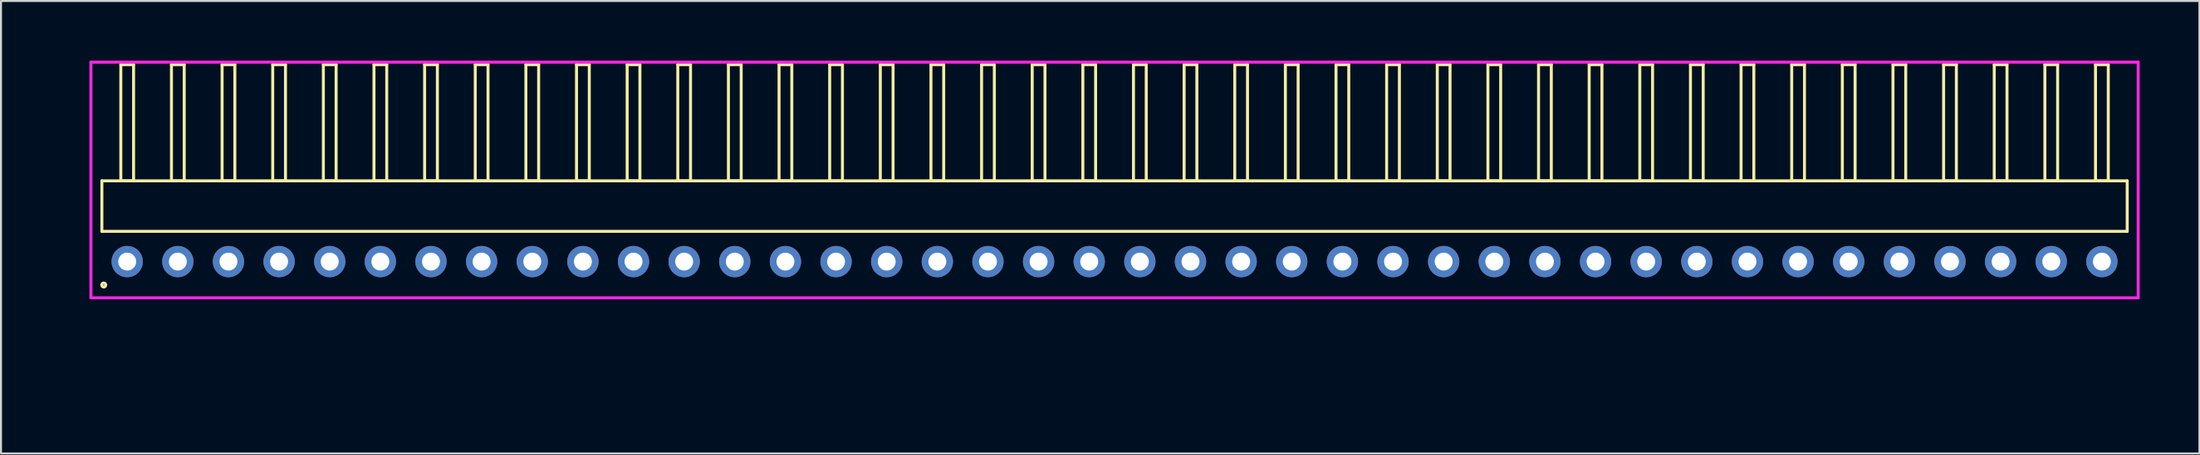
<source format=kicad_pcb>
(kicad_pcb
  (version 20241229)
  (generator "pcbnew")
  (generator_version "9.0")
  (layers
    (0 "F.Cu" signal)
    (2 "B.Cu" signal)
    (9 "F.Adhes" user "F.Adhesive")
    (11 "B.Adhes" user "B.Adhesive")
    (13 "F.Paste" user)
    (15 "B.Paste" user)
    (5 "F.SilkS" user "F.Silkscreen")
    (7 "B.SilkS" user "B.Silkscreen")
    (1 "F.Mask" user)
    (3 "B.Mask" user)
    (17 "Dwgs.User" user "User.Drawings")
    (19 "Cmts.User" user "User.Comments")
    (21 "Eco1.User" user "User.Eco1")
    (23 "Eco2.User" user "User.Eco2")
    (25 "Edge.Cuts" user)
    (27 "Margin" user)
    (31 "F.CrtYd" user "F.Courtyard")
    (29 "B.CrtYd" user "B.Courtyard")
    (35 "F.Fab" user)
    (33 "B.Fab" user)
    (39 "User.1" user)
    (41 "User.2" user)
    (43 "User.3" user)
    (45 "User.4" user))
  (footprint "HDR_RA254P40x1"
    (layer "F.Cu")
    (at 52.861 10.1)
    (property "Reference" "HDR_RA254P40x1" (at -52.1 0 90) (layer "User.1") (effects (font (size 1 1) (thickness 0.1))))
    (attr through_hole)
    (fp_line (start -50.8 -4.06) (end -50.8 -1.52) (stroke (width 0.15) (type solid)) (layer "F.SilkS"))
    (fp_line (start -50.8 -1.52) (end 50.8 -1.52) (stroke (width 0.15) (type solid)) (layer "F.SilkS"))
    (fp_line (start -49.85 -9.9) (end -49.85 -4.06) (stroke (width 0.15) (type solid)) (layer "F.SilkS"))
    (fp_line (start -49.85 -4.06) (end -49.21 -4.06) (stroke (width 0.15) (type solid)) (layer "F.SilkS"))
    (fp_line (start -49.21 -9.9) (end -49.85 -9.9) (stroke (width 0.15) (type solid)) (layer "F.SilkS"))
    (fp_line (start -49.21 -4.06) (end -49.21 -9.9) (stroke (width 0.15) (type solid)) (layer "F.SilkS"))
    (fp_line (start -47.31 -9.9) (end -47.31 -4.06) (stroke (width 0.15) (type solid)) (layer "F.SilkS"))
    (fp_line (start -47.31 -4.06) (end -46.67 -4.06) (stroke (width 0.15) (type solid)) (layer "F.SilkS"))
    (fp_line (start -46.67 -9.9) (end -47.31 -9.9) (stroke (width 0.15) (type solid)) (layer "F.SilkS"))
    (fp_line (start -46.67 -4.06) (end -46.67 -9.9) (stroke (width 0.15) (type solid)) (layer "F.SilkS"))
    (fp_line (start -44.77 -9.9) (end -44.77 -4.06) (stroke (width 0.15) (type solid)) (layer "F.SilkS"))
    (fp_line (start -44.77 -4.06) (end -44.13 -4.06) (stroke (width 0.15) (type solid)) (layer "F.SilkS"))
    (fp_line (start -44.13 -9.9) (end -44.77 -9.9) (stroke (width 0.15) (type solid)) (layer "F.SilkS"))
    (fp_line (start -44.13 -4.06) (end -44.13 -9.9) (stroke (width 0.15) (type solid)) (layer "F.SilkS"))
    (fp_line (start -42.23 -9.9) (end -42.23 -4.06) (stroke (width 0.15) (type solid)) (layer "F.SilkS"))
    (fp_line (start -42.23 -4.06) (end -41.59 -4.06) (stroke (width 0.15) (type solid)) (layer "F.SilkS"))
    (fp_line (start -41.59 -9.9) (end -42.23 -9.9) (stroke (width 0.15) (type solid)) (layer "F.SilkS"))
    (fp_line (start -41.59 -4.06) (end -41.59 -9.9) (stroke (width 0.15) (type solid)) (layer "F.SilkS"))
    (fp_line (start -39.69 -9.9) (end -39.69 -4.06) (stroke (width 0.15) (type solid)) (layer "F.SilkS"))
    (fp_line (start -39.69 -4.06) (end -39.05 -4.06) (stroke (width 0.15) (type solid)) (layer "F.SilkS"))
    (fp_line (start -39.05 -9.9) (end -39.69 -9.9) (stroke (width 0.15) (type solid)) (layer "F.SilkS"))
    (fp_line (start -39.05 -4.06) (end -39.05 -9.9) (stroke (width 0.15) (type solid)) (layer "F.SilkS"))
    (fp_line (start -37.15 -9.9) (end -37.15 -4.06) (stroke (width 0.15) (type solid)) (layer "F.SilkS"))
    (fp_line (start -37.15 -4.06) (end -36.51 -4.06) (stroke (width 0.15) (type solid)) (layer "F.SilkS"))
    (fp_line (start -36.51 -9.9) (end -37.15 -9.9) (stroke (width 0.15) (type solid)) (layer "F.SilkS"))
    (fp_line (start -36.51 -4.06) (end -36.51 -9.9) (stroke (width 0.15) (type solid)) (layer "F.SilkS"))
    (fp_line (start -34.61 -9.9) (end -34.61 -4.06) (stroke (width 0.15) (type solid)) (layer "F.SilkS"))
    (fp_line (start -34.61 -4.06) (end -33.97 -4.06) (stroke (width 0.15) (type solid)) (layer "F.SilkS"))
    (fp_line (start -33.97 -9.9) (end -34.61 -9.9) (stroke (width 0.15) (type solid)) (layer "F.SilkS"))
    (fp_line (start -33.97 -4.06) (end -33.97 -9.9) (stroke (width 0.15) (type solid)) (layer "F.SilkS"))
    (fp_line (start -32.07 -9.9) (end -32.07 -4.06) (stroke (width 0.15) (type solid)) (layer "F.SilkS"))
    (fp_line (start -32.07 -4.06) (end -31.43 -4.06) (stroke (width 0.15) (type solid)) (layer "F.SilkS"))
    (fp_line (start -31.43 -9.9) (end -32.07 -9.9) (stroke (width 0.15) (type solid)) (layer "F.SilkS"))
    (fp_line (start -31.43 -4.06) (end -31.43 -9.9) (stroke (width 0.15) (type solid)) (layer "F.SilkS"))
    (fp_line (start -29.53 -9.9) (end -29.53 -4.06) (stroke (width 0.15) (type solid)) (layer "F.SilkS"))
    (fp_line (start -29.53 -4.06) (end -28.89 -4.06) (stroke (width 0.15) (type solid)) (layer "F.SilkS"))
    (fp_line (start -28.89 -9.9) (end -29.53 -9.9) (stroke (width 0.15) (type solid)) (layer "F.SilkS"))
    (fp_line (start -28.89 -4.06) (end -28.89 -9.9) (stroke (width 0.15) (type solid)) (layer "F.SilkS"))
    (fp_line (start -26.99 -9.9) (end -26.99 -4.06) (stroke (width 0.15) (type solid)) (layer "F.SilkS"))
    (fp_line (start -26.99 -4.06) (end -26.35 -4.06) (stroke (width 0.15) (type solid)) (layer "F.SilkS"))
    (fp_line (start -26.35 -9.9) (end -26.99 -9.9) (stroke (width 0.15) (type solid)) (layer "F.SilkS"))
    (fp_line (start -26.35 -4.06) (end -26.35 -9.9) (stroke (width 0.15) (type solid)) (layer "F.SilkS"))
    (fp_line (start -24.45 -9.9) (end -24.45 -4.06) (stroke (width 0.15) (type solid)) (layer "F.SilkS"))
    (fp_line (start -24.45 -4.06) (end -23.81 -4.06) (stroke (width 0.15) (type solid)) (layer "F.SilkS"))
    (fp_line (start -23.81 -9.9) (end -24.45 -9.9) (stroke (width 0.15) (type solid)) (layer "F.SilkS"))
    (fp_line (start -23.81 -4.06) (end -23.81 -9.9) (stroke (width 0.15) (type solid)) (layer "F.SilkS"))
    (fp_line (start -21.91 -9.9) (end -21.91 -4.06) (stroke (width 0.15) (type solid)) (layer "F.SilkS"))
    (fp_line (start -21.91 -4.06) (end -21.27 -4.06) (stroke (width 0.15) (type solid)) (layer "F.SilkS"))
    (fp_line (start -21.27 -9.9) (end -21.91 -9.9) (stroke (width 0.15) (type solid)) (layer "F.SilkS"))
    (fp_line (start -21.27 -4.06) (end -21.27 -9.9) (stroke (width 0.15) (type solid)) (layer "F.SilkS"))
    (fp_line (start -19.37 -9.9) (end -19.37 -4.06) (stroke (width 0.15) (type solid)) (layer "F.SilkS"))
    (fp_line (start -19.37 -4.06) (end -18.73 -4.06) (stroke (width 0.15) (type solid)) (layer "F.SilkS"))
    (fp_line (start -18.73 -9.9) (end -19.37 -9.9) (stroke (width 0.15) (type solid)) (layer "F.SilkS"))
    (fp_line (start -18.73 -4.06) (end -18.73 -9.9) (stroke (width 0.15) (type solid)) (layer "F.SilkS"))
    (fp_line (start -16.83 -9.9) (end -16.83 -4.06) (stroke (width 0.15) (type solid)) (layer "F.SilkS"))
    (fp_line (start -16.83 -4.06) (end -16.19 -4.06) (stroke (width 0.15) (type solid)) (layer "F.SilkS"))
    (fp_line (start -16.19 -9.9) (end -16.83 -9.9) (stroke (width 0.15) (type solid)) (layer "F.SilkS"))
    (fp_line (start -16.19 -4.06) (end -16.19 -9.9) (stroke (width 0.15) (type solid)) (layer "F.SilkS"))
    (fp_line (start -14.29 -9.9) (end -14.29 -4.06) (stroke (width 0.15) (type solid)) (layer "F.SilkS"))
    (fp_line (start -14.29 -4.06) (end -13.65 -4.06) (stroke (width 0.15) (type solid)) (layer "F.SilkS"))
    (fp_line (start -13.65 -9.9) (end -14.29 -9.9) (stroke (width 0.15) (type solid)) (layer "F.SilkS"))
    (fp_line (start -13.65 -4.06) (end -13.65 -9.9) (stroke (width 0.15) (type solid)) (layer "F.SilkS"))
    (fp_line (start -11.75 -9.9) (end -11.75 -4.06) (stroke (width 0.15) (type solid)) (layer "F.SilkS"))
    (fp_line (start -11.75 -4.06) (end -11.11 -4.06) (stroke (width 0.15) (type solid)) (layer "F.SilkS"))
    (fp_line (start -11.11 -9.9) (end -11.75 -9.9) (stroke (width 0.15) (type solid)) (layer "F.SilkS"))
    (fp_line (start -11.11 -4.06) (end -11.11 -9.9) (stroke (width 0.15) (type solid)) (layer "F.SilkS"))
    (fp_line (start -9.21 -9.9) (end -9.21 -4.06) (stroke (width 0.15) (type solid)) (layer "F.SilkS"))
    (fp_line (start -9.21 -4.06) (end -8.57 -4.06) (stroke (width 0.15) (type solid)) (layer "F.SilkS"))
    (fp_line (start -8.57 -9.9) (end -9.21 -9.9) (stroke (width 0.15) (type solid)) (layer "F.SilkS"))
    (fp_line (start -8.57 -4.06) (end -8.57 -9.9) (stroke (width 0.15) (type solid)) (layer "F.SilkS"))
    (fp_line (start -6.67 -9.9) (end -6.67 -4.06) (stroke (width 0.15) (type solid)) (layer "F.SilkS"))
    (fp_line (start -6.67 -4.06) (end -6.03 -4.06) (stroke (width 0.15) (type solid)) (layer "F.SilkS"))
    (fp_line (start -6.03 -9.9) (end -6.67 -9.9) (stroke (width 0.15) (type solid)) (layer "F.SilkS"))
    (fp_line (start -6.03 -4.06) (end -6.03 -9.9) (stroke (width 0.15) (type solid)) (layer "F.SilkS"))
    (fp_line (start -4.13 -9.9) (end -4.13 -4.06) (stroke (width 0.15) (type solid)) (layer "F.SilkS"))
    (fp_line (start -4.13 -4.06) (end -3.49 -4.06) (stroke (width 0.15) (type solid)) (layer "F.SilkS"))
    (fp_line (start -3.49 -9.9) (end -4.13 -9.9) (stroke (width 0.15) (type solid)) (layer "F.SilkS"))
    (fp_line (start -3.49 -4.06) (end -3.49 -9.9) (stroke (width 0.15) (type solid)) (layer "F.SilkS"))
    (fp_line (start -1.59 -9.9) (end -1.59 -4.06) (stroke (width 0.15) (type solid)) (layer "F.SilkS"))
    (fp_line (start -1.59 -4.06) (end -0.95 -4.06) (stroke (width 0.15) (type solid)) (layer "F.SilkS"))
    (fp_line (start -0.95 -9.9) (end -1.59 -9.9) (stroke (width 0.15) (type solid)) (layer "F.SilkS"))
    (fp_line (start -0.95 -4.06) (end -0.95 -9.9) (stroke (width 0.15) (type solid)) (layer "F.SilkS"))
    (fp_line (start 0.95 -9.9) (end 0.95 -4.06) (stroke (width 0.15) (type solid)) (layer "F.SilkS"))
    (fp_line (start 0.95 -4.06) (end 1.59 -4.06) (stroke (width 0.15) (type solid)) (layer "F.SilkS"))
    (fp_line (start 1.59 -9.9) (end 0.95 -9.9) (stroke (width 0.15) (type solid)) (layer "F.SilkS"))
    (fp_line (start 1.59 -4.06) (end 1.59 -9.9) (stroke (width 0.15) (type solid)) (layer "F.SilkS"))
    (fp_line (start 3.49 -9.9) (end 3.49 -4.06) (stroke (width 0.15) (type solid)) (layer "F.SilkS"))
    (fp_line (start 3.49 -4.06) (end 4.13 -4.06) (stroke (width 0.15) (type solid)) (layer "F.SilkS"))
    (fp_line (start 4.13 -9.9) (end 3.49 -9.9) (stroke (width 0.15) (type solid)) (layer "F.SilkS"))
    (fp_line (start 4.13 -4.06) (end 4.13 -9.9) (stroke (width 0.15) (type solid)) (layer "F.SilkS"))
    (fp_line (start 6.03 -9.9) (end 6.03 -4.06) (stroke (width 0.15) (type solid)) (layer "F.SilkS"))
    (fp_line (start 6.03 -4.06) (end 6.67 -4.06) (stroke (width 0.15) (type solid)) (layer "F.SilkS"))
    (fp_line (start 6.67 -9.9) (end 6.03 -9.9) (stroke (width 0.15) (type solid)) (layer "F.SilkS"))
    (fp_line (start 6.67 -4.06) (end 6.67 -9.9) (stroke (width 0.15) (type solid)) (layer "F.SilkS"))
    (fp_line (start 8.57 -9.9) (end 8.57 -4.06) (stroke (width 0.15) (type solid)) (layer "F.SilkS"))
    (fp_line (start 8.57 -4.06) (end 9.21 -4.06) (stroke (width 0.15) (type solid)) (layer "F.SilkS"))
    (fp_line (start 9.21 -9.9) (end 8.57 -9.9) (stroke (width 0.15) (type solid)) (layer "F.SilkS"))
    (fp_line (start 9.21 -4.06) (end 9.21 -9.9) (stroke (width 0.15) (type solid)) (layer "F.SilkS"))
    (fp_line (start 11.11 -9.9) (end 11.11 -4.06) (stroke (width 0.15) (type solid)) (layer "F.SilkS"))
    (fp_line (start 11.11 -4.06) (end 11.75 -4.06) (stroke (width 0.15) (type solid)) (layer "F.SilkS"))
    (fp_line (start 11.75 -9.9) (end 11.11 -9.9) (stroke (width 0.15) (type solid)) (layer "F.SilkS"))
    (fp_line (start 11.75 -4.06) (end 11.75 -9.9) (stroke (width 0.15) (type solid)) (layer "F.SilkS"))
    (fp_line (start 13.65 -9.9) (end 13.65 -4.06) (stroke (width 0.15) (type solid)) (layer "F.SilkS"))
    (fp_line (start 13.65 -4.06) (end 14.29 -4.06) (stroke (width 0.15) (type solid)) (layer "F.SilkS"))
    (fp_line (start 14.29 -9.9) (end 13.65 -9.9) (stroke (width 0.15) (type solid)) (layer "F.SilkS"))
    (fp_line (start 14.29 -4.06) (end 14.29 -9.9) (stroke (width 0.15) (type solid)) (layer "F.SilkS"))
    (fp_line (start 16.19 -9.9) (end 16.19 -4.06) (stroke (width 0.15) (type solid)) (layer "F.SilkS"))
    (fp_line (start 16.19 -4.06) (end 16.83 -4.06) (stroke (width 0.15) (type solid)) (layer "F.SilkS"))
    (fp_line (start 16.83 -9.9) (end 16.19 -9.9) (stroke (width 0.15) (type solid)) (layer "F.SilkS"))
    (fp_line (start 16.83 -4.06) (end 16.83 -9.9) (stroke (width 0.15) (type solid)) (layer "F.SilkS"))
    (fp_line (start 18.73 -9.9) (end 18.73 -4.06) (stroke (width 0.15) (type solid)) (layer "F.SilkS"))
    (fp_line (start 18.73 -4.06) (end 19.37 -4.06) (stroke (width 0.15) (type solid)) (layer "F.SilkS"))
    (fp_line (start 19.37 -9.9) (end 18.73 -9.9) (stroke (width 0.15) (type solid)) (layer "F.SilkS"))
    (fp_line (start 19.37 -4.06) (end 19.37 -9.9) (stroke (width 0.15) (type solid)) (layer "F.SilkS"))
    (fp_line (start 21.27 -9.9) (end 21.27 -4.06) (stroke (width 0.15) (type solid)) (layer "F.SilkS"))
    (fp_line (start 21.27 -4.06) (end 21.91 -4.06) (stroke (width 0.15) (type solid)) (layer "F.SilkS"))
    (fp_line (start 21.91 -9.9) (end 21.27 -9.9) (stroke (width 0.15) (type solid)) (layer "F.SilkS"))
    (fp_line (start 21.91 -4.06) (end 21.91 -9.9) (stroke (width 0.15) (type solid)) (layer "F.SilkS"))
    (fp_line (start 23.81 -9.9) (end 23.81 -4.06) (stroke (width 0.15) (type solid)) (layer "F.SilkS"))
    (fp_line (start 23.81 -4.06) (end 24.45 -4.06) (stroke (width 0.15) (type solid)) (layer "F.SilkS"))
    (fp_line (start 24.45 -9.9) (end 23.81 -9.9) (stroke (width 0.15) (type solid)) (layer "F.SilkS"))
    (fp_line (start 24.45 -4.06) (end 24.45 -9.9) (stroke (width 0.15) (type solid)) (layer "F.SilkS"))
    (fp_line (start 26.35 -9.9) (end 26.35 -4.06) (stroke (width 0.15) (type solid)) (layer "F.SilkS"))
    (fp_line (start 26.35 -4.06) (end 26.99 -4.06) (stroke (width 0.15) (type solid)) (layer "F.SilkS"))
    (fp_line (start 26.99 -9.9) (end 26.35 -9.9) (stroke (width 0.15) (type solid)) (layer "F.SilkS"))
    (fp_line (start 26.99 -4.06) (end 26.99 -9.9) (stroke (width 0.15) (type solid)) (layer "F.SilkS"))
    (fp_line (start 28.89 -9.9) (end 28.89 -4.06) (stroke (width 0.15) (type solid)) (layer "F.SilkS"))
    (fp_line (start 28.89 -4.06) (end 29.53 -4.06) (stroke (width 0.15) (type solid)) (layer "F.SilkS"))
    (fp_line (start 29.53 -9.9) (end 28.89 -9.9) (stroke (width 0.15) (type solid)) (layer "F.SilkS"))
    (fp_line (start 29.53 -4.06) (end 29.53 -9.9) (stroke (width 0.15) (type solid)) (layer "F.SilkS"))
    (fp_line (start 31.43 -9.9) (end 31.43 -4.06) (stroke (width 0.15) (type solid)) (layer "F.SilkS"))
    (fp_line (start 31.43 -4.06) (end 32.07 -4.06) (stroke (width 0.15) (type solid)) (layer "F.SilkS"))
    (fp_line (start 32.07 -9.9) (end 31.43 -9.9) (stroke (width 0.15) (type solid)) (layer "F.SilkS"))
    (fp_line (start 32.07 -4.06) (end 32.07 -9.9) (stroke (width 0.15) (type solid)) (layer "F.SilkS"))
    (fp_line (start 33.97 -9.9) (end 33.97 -4.06) (stroke (width 0.15) (type solid)) (layer "F.SilkS"))
    (fp_line (start 33.97 -4.06) (end 34.61 -4.06) (stroke (width 0.15) (type solid)) (layer "F.SilkS"))
    (fp_line (start 34.61 -9.9) (end 33.97 -9.9) (stroke (width 0.15) (type solid)) (layer "F.SilkS"))
    (fp_line (start 34.61 -4.06) (end 34.61 -9.9) (stroke (width 0.15) (type solid)) (layer "F.SilkS"))
    (fp_line (start 36.51 -9.9) (end 36.51 -4.06) (stroke (width 0.15) (type solid)) (layer "F.SilkS"))
    (fp_line (start 36.51 -4.06) (end 37.15 -4.06) (stroke (width 0.15) (type solid)) (layer "F.SilkS"))
    (fp_line (start 37.15 -9.9) (end 36.51 -9.9) (stroke (width 0.15) (type solid)) (layer "F.SilkS"))
    (fp_line (start 37.15 -4.06) (end 37.15 -9.9) (stroke (width 0.15) (type solid)) (layer "F.SilkS"))
    (fp_line (start 39.05 -9.9) (end 39.05 -4.06) (stroke (width 0.15) (type solid)) (layer "F.SilkS"))
    (fp_line (start 39.05 -4.06) (end 39.69 -4.06) (stroke (width 0.15) (type solid)) (layer "F.SilkS"))
    (fp_line (start 39.69 -9.9) (end 39.05 -9.9) (stroke (width 0.15) (type solid)) (layer "F.SilkS"))
    (fp_line (start 39.69 -4.06) (end 39.69 -9.9) (stroke (width 0.15) (type solid)) (layer "F.SilkS"))
    (fp_line (start 41.59 -9.9) (end 41.59 -4.06) (stroke (width 0.15) (type solid)) (layer "F.SilkS"))
    (fp_line (start 41.59 -4.06) (end 42.23 -4.06) (stroke (width 0.15) (type solid)) (layer "F.SilkS"))
    (fp_line (start 42.23 -9.9) (end 41.59 -9.9) (stroke (width 0.15) (type solid)) (layer "F.SilkS"))
    (fp_line (start 42.23 -4.06) (end 42.23 -9.9) (stroke (width 0.15) (type solid)) (layer "F.SilkS"))
    (fp_line (start 44.13 -9.9) (end 44.13 -4.06) (stroke (width 0.15) (type solid)) (layer "F.SilkS"))
    (fp_line (start 44.13 -4.06) (end 44.77 -4.06) (stroke (width 0.15) (type solid)) (layer "F.SilkS"))
    (fp_line (start 44.77 -9.9) (end 44.13 -9.9) (stroke (width 0.15) (type solid)) (layer "F.SilkS"))
    (fp_line (start 44.77 -4.06) (end 44.77 -9.9) (stroke (width 0.15) (type solid)) (layer "F.SilkS"))
    (fp_line (start 46.67 -9.9) (end 46.67 -4.06) (stroke (width 0.15) (type solid)) (layer "F.SilkS"))
    (fp_line (start 46.67 -4.06) (end 47.31 -4.06) (stroke (width 0.15) (type solid)) (layer "F.SilkS"))
    (fp_line (start 47.31 -9.9) (end 46.67 -9.9) (stroke (width 0.15) (type solid)) (layer "F.SilkS"))
    (fp_line (start 47.31 -4.06) (end 47.31 -9.9) (stroke (width 0.15) (type solid)) (layer "F.SilkS"))
    (fp_line (start 49.21 -9.9) (end 49.21 -4.06) (stroke (width 0.15) (type solid)) (layer "F.SilkS"))
    (fp_line (start 49.21 -4.06) (end 49.85 -4.06) (stroke (width 0.15) (type solid)) (layer "F.SilkS"))
    (fp_line (start 49.85 -9.9) (end 49.21 -9.9) (stroke (width 0.15) (type solid)) (layer "F.SilkS"))
    (fp_line (start 49.85 -4.06) (end 49.85 -9.9) (stroke (width 0.15) (type solid)) (layer "F.SilkS"))
    (fp_line (start 50.8 -4.06) (end -50.8 -4.06) (stroke (width 0.15) (type solid)) (layer "F.SilkS"))
    (fp_line (start 50.8 -1.52) (end 50.8 -4.06) (stroke (width 0.15) (type solid)) (layer "F.SilkS"))
    (fp_circle (center -50.707 1.177) (end -50.607 1.177) (stroke (width 0.15) (type solid)) (fill no) (layer "F.SilkS"))
    (fp_line (start -51.35 -10.025) (end -51.35 1.82) (stroke (width 0.15) (type solid)) (layer "F.CrtYd"))
    (fp_line (start -51.35 1.82) (end 51.35 1.82) (stroke (width 0.15) (type solid)) (layer "F.CrtYd"))
    (fp_line (start 51.35 -10.025) (end -51.35 -10.025) (stroke (width 0.15) (type solid)) (layer "F.CrtYd"))
    (fp_line (start 51.35 1.82) (end 51.35 -10.025) (stroke (width 0.15) (type solid)) (layer "F.CrtYd"))
    (pad "1" thru_hole oval (at -49.53 0) (size 1.57 1.57) (drill 0.9) (layers "*.Cu" "*.Mask"))
    (pad "2" thru_hole oval (at -46.99 0) (size 1.57 1.57) (drill 0.9) (layers "*.Cu" "*.Mask"))
    (pad "3" thru_hole oval (at -44.45 0) (size 1.57 1.57) (drill 0.9) (layers "*.Cu" "*.Mask"))
    (pad "4" thru_hole oval (at -41.91 0) (size 1.57 1.57) (drill 0.9) (layers "*.Cu" "*.Mask"))
    (pad "5" thru_hole oval (at -39.37 0) (size 1.57 1.57) (drill 0.9) (layers "*.Cu" "*.Mask"))
    (pad "6" thru_hole oval (at -36.83 0) (size 1.57 1.57) (drill 0.9) (layers "*.Cu" "*.Mask"))
    (pad "7" thru_hole oval (at -34.29 0) (size 1.57 1.57) (drill 0.9) (layers "*.Cu" "*.Mask"))
    (pad "8" thru_hole oval (at -31.75 0) (size 1.57 1.57) (drill 0.9) (layers "*.Cu" "*.Mask"))
    (pad "9" thru_hole oval (at -29.21 0) (size 1.57 1.57) (drill 0.9) (layers "*.Cu" "*.Mask"))
    (pad "10" thru_hole oval (at -26.67 0) (size 1.57 1.57) (drill 0.9) (layers "*.Cu" "*.Mask"))
    (pad "11" thru_hole oval (at -24.13 0) (size 1.57 1.57) (drill 0.9) (layers "*.Cu" "*.Mask"))
    (pad "12" thru_hole oval (at -21.59 0) (size 1.57 1.57) (drill 0.9) (layers "*.Cu" "*.Mask"))
    (pad "13" thru_hole oval (at -19.05 0) (size 1.57 1.57) (drill 0.9) (layers "*.Cu" "*.Mask"))
    (pad "14" thru_hole oval (at -16.51 0) (size 1.57 1.57) (drill 0.9) (layers "*.Cu" "*.Mask"))
    (pad "15" thru_hole oval (at -13.97 0) (size 1.57 1.57) (drill 0.9) (layers "*.Cu" "*.Mask"))
    (pad "16" thru_hole oval (at -11.43 0) (size 1.57 1.57) (drill 0.9) (layers "*.Cu" "*.Mask"))
    (pad "17" thru_hole oval (at -8.89 0) (size 1.57 1.57) (drill 0.9) (layers "*.Cu" "*.Mask"))
    (pad "18" thru_hole oval (at -6.35 0) (size 1.57 1.57) (drill 0.9) (layers "*.Cu" "*.Mask"))
    (pad "19" thru_hole oval (at -3.81 0) (size 1.57 1.57) (drill 0.9) (layers "*.Cu" "*.Mask"))
    (pad "20" thru_hole oval (at -1.27 0) (size 1.57 1.57) (drill 0.9) (layers "*.Cu" "*.Mask"))
    (pad "21" thru_hole oval (at 1.27 0) (size 1.57 1.57) (drill 0.9) (layers "*.Cu" "*.Mask"))
    (pad "22" thru_hole oval (at 3.81 0) (size 1.57 1.57) (drill 0.9) (layers "*.Cu" "*.Mask"))
    (pad "23" thru_hole oval (at 6.35 0) (size 1.57 1.57) (drill 0.9) (layers "*.Cu" "*.Mask"))
    (pad "24" thru_hole oval (at 8.89 0) (size 1.57 1.57) (drill 0.9) (layers "*.Cu" "*.Mask"))
    (pad "25" thru_hole oval (at 11.43 0) (size 1.57 1.57) (drill 0.9) (layers "*.Cu" "*.Mask"))
    (pad "26" thru_hole oval (at 13.97 0) (size 1.57 1.57) (drill 0.9) (layers "*.Cu" "*.Mask"))
    (pad "27" thru_hole oval (at 16.51 0) (size 1.57 1.57) (drill 0.9) (layers "*.Cu" "*.Mask"))
    (pad "28" thru_hole oval (at 19.05 0) (size 1.57 1.57) (drill 0.9) (layers "*.Cu" "*.Mask"))
    (pad "29" thru_hole oval (at 21.59 0) (size 1.57 1.57) (drill 0.9) (layers "*.Cu" "*.Mask"))
    (pad "30" thru_hole oval (at 24.13 0) (size 1.57 1.57) (drill 0.9) (layers "*.Cu" "*.Mask"))
    (pad "31" thru_hole oval (at 26.67 0) (size 1.57 1.57) (drill 0.9) (layers "*.Cu" "*.Mask"))
    (pad "32" thru_hole oval (at 29.21 0) (size 1.57 1.57) (drill 0.9) (layers "*.Cu" "*.Mask"))
    (pad "33" thru_hole oval (at 31.75 0) (size 1.57 1.57) (drill 0.9) (layers "*.Cu" "*.Mask"))
    (pad "34" thru_hole oval (at 34.29 0) (size 1.57 1.57) (drill 0.9) (layers "*.Cu" "*.Mask"))
    (pad "35" thru_hole oval (at 36.83 0) (size 1.57 1.57) (drill 0.9) (layers "*.Cu" "*.Mask"))
    (pad "36" thru_hole oval (at 39.37 0) (size 1.57 1.57) (drill 0.9) (layers "*.Cu" "*.Mask"))
    (pad "37" thru_hole oval (at 41.91 0) (size 1.57 1.57) (drill 0.9) (layers "*.Cu" "*.Mask"))
    (pad "38" thru_hole oval (at 44.45 0) (size 1.57 1.57) (drill 0.9) (layers "*.Cu" "*.Mask"))
    (pad "39" thru_hole oval (at 46.99 0) (size 1.57 1.57) (drill 0.9) (layers "*.Cu" "*.Mask"))
    (pad "40" thru_hole oval (at 49.53 0) (size 1.57 1.57) (drill 0.9) (layers "*.Cu" "*.Mask")))
  (gr_rect
    (start -3 -3)
    (end 107.285 19.745)
    (stroke (width 0.1) (type default))
    (fill no)
    (layer "Edge.Cuts")))
</source>
